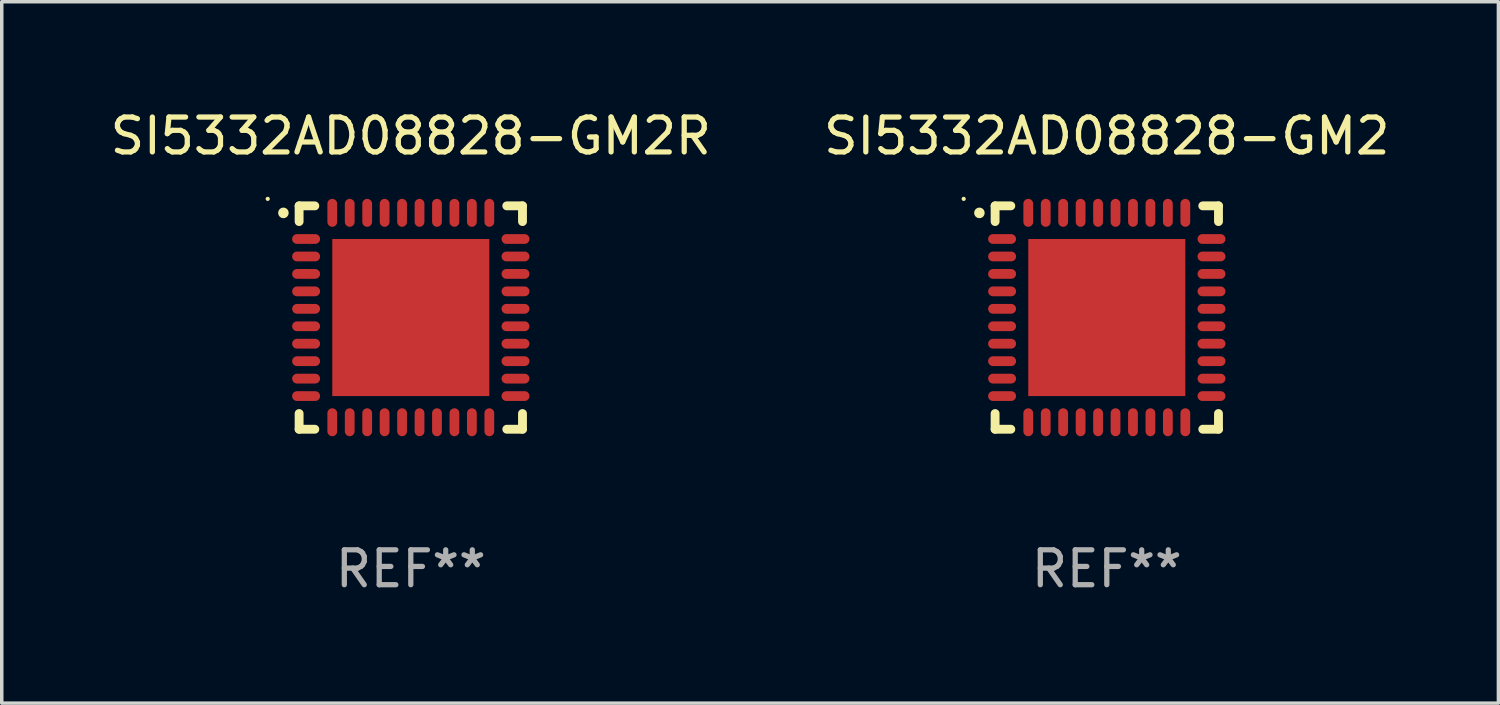
<source format=kicad_pcb>
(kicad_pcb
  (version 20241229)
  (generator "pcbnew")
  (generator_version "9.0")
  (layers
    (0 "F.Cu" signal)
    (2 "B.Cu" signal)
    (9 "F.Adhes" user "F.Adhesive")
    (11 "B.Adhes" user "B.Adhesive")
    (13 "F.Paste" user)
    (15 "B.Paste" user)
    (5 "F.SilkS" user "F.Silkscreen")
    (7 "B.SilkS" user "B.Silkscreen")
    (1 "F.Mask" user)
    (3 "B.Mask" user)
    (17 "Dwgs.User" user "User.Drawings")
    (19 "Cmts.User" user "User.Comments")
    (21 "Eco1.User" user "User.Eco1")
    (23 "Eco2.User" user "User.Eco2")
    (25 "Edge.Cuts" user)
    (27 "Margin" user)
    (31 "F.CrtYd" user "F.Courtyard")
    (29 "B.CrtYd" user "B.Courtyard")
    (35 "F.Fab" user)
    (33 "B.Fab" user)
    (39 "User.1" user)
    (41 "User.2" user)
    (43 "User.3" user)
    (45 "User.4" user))
  (footprint "SI5332AD08828-GM2R"
    (layer "F.Cu")
    (at 8.72 6.048)
    (property "Reference" "SI5332AD08828-GM2R" (at 0 -5.2 0) (layer "F.SilkS") (effects (font (size 1 1) (thickness 0.15))))
    (attr through_hole)
    (fp_line (start -3.2 -3.2) (end -2.75 -3.2) (stroke (width 0.254) (type solid)) (layer "F.SilkS"))
    (fp_line (start -3.2 -2.75) (end -3.2 -3.2) (stroke (width 0.254) (type solid)) (layer "F.SilkS"))
    (fp_line (start -3.2 3.2) (end -3.2 2.75) (stroke (width 0.254) (type solid)) (layer "F.SilkS"))
    (fp_line (start -2.75 3.2) (end -3.2 3.2) (stroke (width 0.254) (type solid)) (layer "F.SilkS"))
    (fp_line (start 2.75 3.2) (end 3.2 3.2) (stroke (width 0.254) (type solid)) (layer "F.SilkS"))
    (fp_line (start 3.2 -3.2) (end 2.75 -3.2) (stroke (width 0.254) (type solid)) (layer "F.SilkS"))
    (fp_line (start 3.2 -2.75) (end 3.2 -3.2) (stroke (width 0.254) (type solid)) (layer "F.SilkS"))
    (fp_line (start 3.2 3.2) (end 3.2 2.75) (stroke (width 0.254) (type solid)) (layer "F.SilkS"))
    (fp_arc (start -3.649987 -2.997206) (mid -3.649992 -2.998476) (end -3.649987 -2.999746) (stroke (width 0.3) (type solid)) (layer "F.SilkS"))
    (fp_circle (center -4.1 -3.4) (end -4.07 -3.4) (stroke (width 0.06) (type solid)) (fill no) (layer "F.SilkS"))
    (fp_text user "REF**" (at 0 7.2 0) (layer "F.Fab") (effects (font (size 1 1) (thickness 0.15))))
    (pad "1" smd oval (at -3 -2.25 90) (size 0.28 0.8) (layers "F.Cu" "F.Mask" "F.Paste"))
    (pad "2" smd oval (at -3 -1.75 90) (size 0.28 0.8) (layers "F.Cu" "F.Mask" "F.Paste"))
    (pad "3" smd oval (at -3 -1.25 90) (size 0.28 0.8) (layers "F.Cu" "F.Mask" "F.Paste"))
    (pad "4" smd oval (at -3 -0.75 90) (size 0.28 0.8) (layers "F.Cu" "F.Mask" "F.Paste"))
    (pad "5" smd oval (at -3 -0.25 90) (size 0.28 0.8) (layers "F.Cu" "F.Mask" "F.Paste"))
    (pad "6" smd oval (at -3 0.25 90) (size 0.28 0.8) (layers "F.Cu" "F.Mask" "F.Paste"))
    (pad "7" smd oval (at -3 0.75 90) (size 0.28 0.8) (layers "F.Cu" "F.Mask" "F.Paste"))
    (pad "8" smd oval (at -3 1.25 90) (size 0.28 0.8) (layers "F.Cu" "F.Mask" "F.Paste"))
    (pad "9" smd oval (at -3 1.75 90) (size 0.28 0.8) (layers "F.Cu" "F.Mask" "F.Paste"))
    (pad "10" smd oval (at -3 2.25 90) (size 0.28 0.8) (layers "F.Cu" "F.Mask" "F.Paste"))
    (pad "11" smd oval (at -2.25 3) (size 0.28 0.8) (layers "F.Cu" "F.Mask" "F.Paste"))
    (pad "12" smd oval (at -1.75 3) (size 0.28 0.8) (layers "F.Cu" "F.Mask" "F.Paste"))
    (pad "13" smd oval (at -1.25 3) (size 0.28 0.8) (layers "F.Cu" "F.Mask" "F.Paste"))
    (pad "14" smd oval (at -0.75 3) (size 0.28 0.8) (layers "F.Cu" "F.Mask" "F.Paste"))
    (pad "15" smd oval (at -0.25 3) (size 0.28 0.8) (layers "F.Cu" "F.Mask" "F.Paste"))
    (pad "16" smd oval (at 0.25 3) (size 0.28 0.8) (layers "F.Cu" "F.Mask" "F.Paste"))
    (pad "17" smd oval (at 0.75 3) (size 0.28 0.8) (layers "F.Cu" "F.Mask" "F.Paste"))
    (pad "18" smd oval (at 1.25 3) (size 0.28 0.8) (layers "F.Cu" "F.Mask" "F.Paste"))
    (pad "19" smd oval (at 1.75 3) (size 0.28 0.8) (layers "F.Cu" "F.Mask" "F.Paste"))
    (pad "20" smd oval (at 2.25 3) (size 0.28 0.8) (layers "F.Cu" "F.Mask" "F.Paste"))
    (pad "21" smd oval (at 3 2.25 90) (size 0.28 0.8) (layers "F.Cu" "F.Mask" "F.Paste"))
    (pad "22" smd oval (at 3 1.75 90) (size 0.28 0.8) (layers "F.Cu" "F.Mask" "F.Paste"))
    (pad "23" smd oval (at 3 1.25 90) (size 0.28 0.8) (layers "F.Cu" "F.Mask" "F.Paste"))
    (pad "24" smd oval (at 3 0.75 90) (size 0.28 0.8) (layers "F.Cu" "F.Mask" "F.Paste"))
    (pad "25" smd oval (at 3 0.25 90) (size 0.28 0.8) (layers "F.Cu" "F.Mask" "F.Paste"))
    (pad "26" smd oval (at 3 -0.25 90) (size 0.28 0.8) (layers "F.Cu" "F.Mask" "F.Paste"))
    (pad "27" smd oval (at 3 -0.75 90) (size 0.28 0.8) (layers "F.Cu" "F.Mask" "F.Paste"))
    (pad "28" smd oval (at 3 -1.25 90) (size 0.28 0.8) (layers "F.Cu" "F.Mask" "F.Paste"))
    (pad "29" smd oval (at 3 -1.75 90) (size 0.28 0.8) (layers "F.Cu" "F.Mask" "F.Paste"))
    (pad "30" smd oval (at 3 -2.25 90) (size 0.28 0.8) (layers "F.Cu" "F.Mask" "F.Paste"))
    (pad "31" smd oval (at 2.25 -3) (size 0.28 0.8) (layers "F.Cu" "F.Mask" "F.Paste"))
    (pad "32" smd oval (at 1.75 -3) (size 0.28 0.8) (layers "F.Cu" "F.Mask" "F.Paste"))
    (pad "33" smd oval (at 1.25 -3) (size 0.28 0.8) (layers "F.Cu" "F.Mask" "F.Paste"))
    (pad "34" smd oval (at 0.75 -3) (size 0.28 0.8) (layers "F.Cu" "F.Mask" "F.Paste"))
    (pad "35" smd oval (at 0.25 -3) (size 0.28 0.8) (layers "F.Cu" "F.Mask" "F.Paste"))
    (pad "36" smd oval (at -0.25 -3) (size 0.28 0.8) (layers "F.Cu" "F.Mask" "F.Paste"))
    (pad "37" smd oval (at -0.75 -3) (size 0.28 0.8) (layers "F.Cu" "F.Mask" "F.Paste"))
    (pad "38" smd oval (at -1.25 -3) (size 0.28 0.8) (layers "F.Cu" "F.Mask" "F.Paste"))
    (pad "39" smd oval (at -1.75 -3) (size 0.28 0.8) (layers "F.Cu" "F.Mask" "F.Paste"))
    (pad "40" smd oval (at -2.25 -3) (size 0.28 0.8) (layers "F.Cu" "F.Mask" "F.Paste"))
    (pad "41" smd rect (at 0 0) (size 4.5 4.5) (layers "F.Cu" "F.Mask" "F.Paste")))
  (footprint "SI5332AD08828-GM2"
    (layer "F.Cu")
    (at 28.661 6.048)
    (property "Reference" "SI5332AD08828-GM2" (at 0 -5.2 0) (layer "F.SilkS") (effects (font (size 1 1) (thickness 0.15))))
    (attr through_hole)
    (fp_line (start -3.2 -3.2) (end -2.75 -3.2) (stroke (width 0.254) (type solid)) (layer "F.SilkS"))
    (fp_line (start -3.2 -2.75) (end -3.2 -3.2) (stroke (width 0.254) (type solid)) (layer "F.SilkS"))
    (fp_line (start -3.2 3.2) (end -3.2 2.75) (stroke (width 0.254) (type solid)) (layer "F.SilkS"))
    (fp_line (start -2.75 3.2) (end -3.2 3.2) (stroke (width 0.254) (type solid)) (layer "F.SilkS"))
    (fp_line (start 2.75 3.2) (end 3.2 3.2) (stroke (width 0.254) (type solid)) (layer "F.SilkS"))
    (fp_line (start 3.2 -3.2) (end 2.75 -3.2) (stroke (width 0.254) (type solid)) (layer "F.SilkS"))
    (fp_line (start 3.2 -2.75) (end 3.2 -3.2) (stroke (width 0.254) (type solid)) (layer "F.SilkS"))
    (fp_line (start 3.2 3.2) (end 3.2 2.75) (stroke (width 0.254) (type solid)) (layer "F.SilkS"))
    (fp_arc (start -3.649987 -2.997206) (mid -3.649992 -2.998476) (end -3.649987 -2.999746) (stroke (width 0.3) (type solid)) (layer "F.SilkS"))
    (fp_circle (center -4.1 -3.4) (end -4.07 -3.4) (stroke (width 0.06) (type solid)) (fill no) (layer "F.SilkS"))
    (fp_text user "REF**" (at 0 7.2 0) (layer "F.Fab") (effects (font (size 1 1) (thickness 0.15))))
    (pad "1" smd oval (at -3 -2.25 90) (size 0.28 0.8) (layers "F.Cu" "F.Mask" "F.Paste"))
    (pad "2" smd oval (at -3 -1.75 90) (size 0.28 0.8) (layers "F.Cu" "F.Mask" "F.Paste"))
    (pad "3" smd oval (at -3 -1.25 90) (size 0.28 0.8) (layers "F.Cu" "F.Mask" "F.Paste"))
    (pad "4" smd oval (at -3 -0.75 90) (size 0.28 0.8) (layers "F.Cu" "F.Mask" "F.Paste"))
    (pad "5" smd oval (at -3 -0.25 90) (size 0.28 0.8) (layers "F.Cu" "F.Mask" "F.Paste"))
    (pad "6" smd oval (at -3 0.25 90) (size 0.28 0.8) (layers "F.Cu" "F.Mask" "F.Paste"))
    (pad "7" smd oval (at -3 0.75 90) (size 0.28 0.8) (layers "F.Cu" "F.Mask" "F.Paste"))
    (pad "8" smd oval (at -3 1.25 90) (size 0.28 0.8) (layers "F.Cu" "F.Mask" "F.Paste"))
    (pad "9" smd oval (at -3 1.75 90) (size 0.28 0.8) (layers "F.Cu" "F.Mask" "F.Paste"))
    (pad "10" smd oval (at -3 2.25 90) (size 0.28 0.8) (layers "F.Cu" "F.Mask" "F.Paste"))
    (pad "11" smd oval (at -2.25 3) (size 0.28 0.8) (layers "F.Cu" "F.Mask" "F.Paste"))
    (pad "12" smd oval (at -1.75 3) (size 0.28 0.8) (layers "F.Cu" "F.Mask" "F.Paste"))
    (pad "13" smd oval (at -1.25 3) (size 0.28 0.8) (layers "F.Cu" "F.Mask" "F.Paste"))
    (pad "14" smd oval (at -0.75 3) (size 0.28 0.8) (layers "F.Cu" "F.Mask" "F.Paste"))
    (pad "15" smd oval (at -0.25 3) (size 0.28 0.8) (layers "F.Cu" "F.Mask" "F.Paste"))
    (pad "16" smd oval (at 0.25 3) (size 0.28 0.8) (layers "F.Cu" "F.Mask" "F.Paste"))
    (pad "17" smd oval (at 0.75 3) (size 0.28 0.8) (layers "F.Cu" "F.Mask" "F.Paste"))
    (pad "18" smd oval (at 1.25 3) (size 0.28 0.8) (layers "F.Cu" "F.Mask" "F.Paste"))
    (pad "19" smd oval (at 1.75 3) (size 0.28 0.8) (layers "F.Cu" "F.Mask" "F.Paste"))
    (pad "20" smd oval (at 2.25 3) (size 0.28 0.8) (layers "F.Cu" "F.Mask" "F.Paste"))
    (pad "21" smd oval (at 3 2.25 90) (size 0.28 0.8) (layers "F.Cu" "F.Mask" "F.Paste"))
    (pad "22" smd oval (at 3 1.75 90) (size 0.28 0.8) (layers "F.Cu" "F.Mask" "F.Paste"))
    (pad "23" smd oval (at 3 1.25 90) (size 0.28 0.8) (layers "F.Cu" "F.Mask" "F.Paste"))
    (pad "24" smd oval (at 3 0.75 90) (size 0.28 0.8) (layers "F.Cu" "F.Mask" "F.Paste"))
    (pad "25" smd oval (at 3 0.25 90) (size 0.28 0.8) (layers "F.Cu" "F.Mask" "F.Paste"))
    (pad "26" smd oval (at 3 -0.25 90) (size 0.28 0.8) (layers "F.Cu" "F.Mask" "F.Paste"))
    (pad "27" smd oval (at 3 -0.75 90) (size 0.28 0.8) (layers "F.Cu" "F.Mask" "F.Paste"))
    (pad "28" smd oval (at 3 -1.25 90) (size 0.28 0.8) (layers "F.Cu" "F.Mask" "F.Paste"))
    (pad "29" smd oval (at 3 -1.75 90) (size 0.28 0.8) (layers "F.Cu" "F.Mask" "F.Paste"))
    (pad "30" smd oval (at 3 -2.25 90) (size 0.28 0.8) (layers "F.Cu" "F.Mask" "F.Paste"))
    (pad "31" smd oval (at 2.25 -3) (size 0.28 0.8) (layers "F.Cu" "F.Mask" "F.Paste"))
    (pad "32" smd oval (at 1.75 -3) (size 0.28 0.8) (layers "F.Cu" "F.Mask" "F.Paste"))
    (pad "33" smd oval (at 1.25 -3) (size 0.28 0.8) (layers "F.Cu" "F.Mask" "F.Paste"))
    (pad "34" smd oval (at 0.75 -3) (size 0.28 0.8) (layers "F.Cu" "F.Mask" "F.Paste"))
    (pad "35" smd oval (at 0.25 -3) (size 0.28 0.8) (layers "F.Cu" "F.Mask" "F.Paste"))
    (pad "36" smd oval (at -0.25 -3) (size 0.28 0.8) (layers "F.Cu" "F.Mask" "F.Paste"))
    (pad "37" smd oval (at -0.75 -3) (size 0.28 0.8) (layers "F.Cu" "F.Mask" "F.Paste"))
    (pad "38" smd oval (at -1.25 -3) (size 0.28 0.8) (layers "F.Cu" "F.Mask" "F.Paste"))
    (pad "39" smd oval (at -1.75 -3) (size 0.28 0.8) (layers "F.Cu" "F.Mask" "F.Paste"))
    (pad "40" smd oval (at -2.25 -3) (size 0.28 0.8) (layers "F.Cu" "F.Mask" "F.Paste"))
    (pad "41" smd rect (at 0 0) (size 4.5 4.5) (layers "F.Cu" "F.Mask" "F.Paste")))
  (gr_rect
    (start -3 -3)
    (end 39.881 17.096)
    (stroke (width 0.1) (type default))
    (fill no)
    (layer "Edge.Cuts")))
</source>
